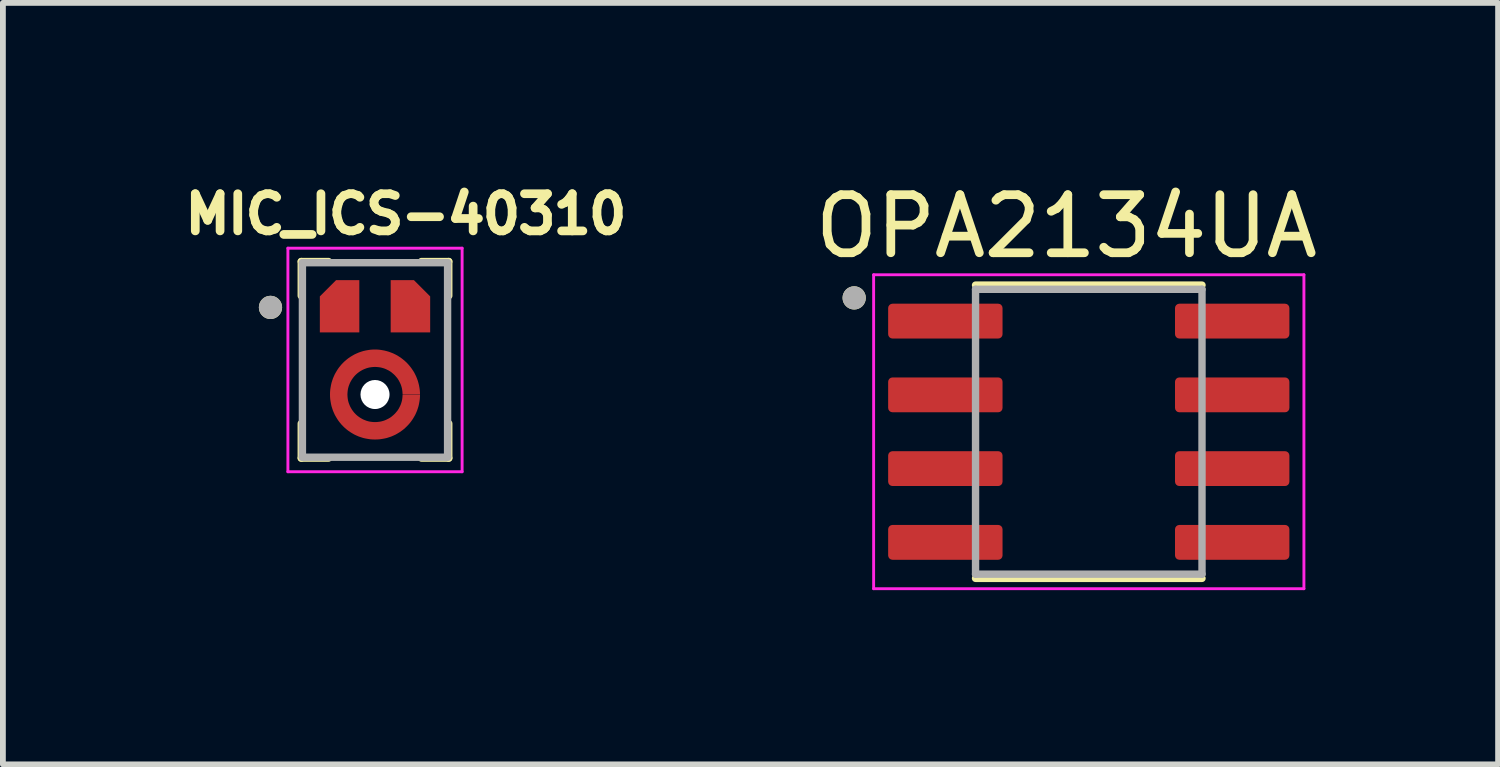
<source format=kicad_pcb>
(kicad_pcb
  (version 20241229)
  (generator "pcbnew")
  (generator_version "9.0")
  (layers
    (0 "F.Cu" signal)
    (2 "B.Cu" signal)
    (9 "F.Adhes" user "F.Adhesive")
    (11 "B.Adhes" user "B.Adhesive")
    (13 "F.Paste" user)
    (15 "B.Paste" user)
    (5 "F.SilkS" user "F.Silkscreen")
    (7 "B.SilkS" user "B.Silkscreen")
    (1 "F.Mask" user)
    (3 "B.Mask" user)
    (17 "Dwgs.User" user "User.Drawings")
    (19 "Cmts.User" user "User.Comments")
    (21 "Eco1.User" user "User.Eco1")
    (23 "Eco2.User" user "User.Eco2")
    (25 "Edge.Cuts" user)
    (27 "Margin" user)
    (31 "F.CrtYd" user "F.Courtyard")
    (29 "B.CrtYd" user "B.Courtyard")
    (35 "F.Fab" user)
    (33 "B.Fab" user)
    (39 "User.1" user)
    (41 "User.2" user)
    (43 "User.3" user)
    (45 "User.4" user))
  (footprint "OPA2134UA"
    (layer "F.Cu")
    (at 15.7 4.385)
    (property "Reference" "OPA2134UA" (at -0.385 -3.537 0) (layer "F.SilkS") (effects (font (size 1 1) (thickness 0.15))))
    (attr smd)
    (fp_line (start -1.95 -2.525) (end 1.95 -2.525) (stroke (width 0.127) (type solid)) (layer "F.SilkS"))
    (fp_line (start -1.95 2.525) (end 1.95 2.525) (stroke (width 0.127) (type solid)) (layer "F.SilkS"))
    (fp_circle (center -4.04 -2.305) (end -3.94 -2.305) (stroke (width 0.2) (type solid)) (fill no) (layer "F.SilkS"))
    (fp_line (start -3.705 -2.703) (end -3.705 2.703) (stroke (width 0.05) (type solid)) (layer "F.CrtYd"))
    (fp_line (start -3.705 -2.703) (end 3.705 -2.703) (stroke (width 0.05) (type solid)) (layer "F.CrtYd"))
    (fp_line (start -3.705 2.703) (end 3.705 2.703) (stroke (width 0.05) (type solid)) (layer "F.CrtYd"))
    (fp_line (start 3.705 -2.703) (end 3.705 2.703) (stroke (width 0.05) (type solid)) (layer "F.CrtYd"))
    (fp_line (start -1.95 -2.453) (end -1.95 2.453) (stroke (width 0.127) (type solid)) (layer "F.Fab"))
    (fp_line (start -1.95 -2.453) (end 1.95 -2.453) (stroke (width 0.127) (type solid)) (layer "F.Fab"))
    (fp_line (start -1.95 2.453) (end 1.95 2.453) (stroke (width 0.127) (type solid)) (layer "F.Fab"))
    (fp_line (start 1.95 -2.453) (end 1.95 2.453) (stroke (width 0.127) (type solid)) (layer "F.Fab"))
    (fp_circle (center -4.04 -2.305) (end -3.94 -2.305) (stroke (width 0.2) (type solid)) (fill no) (layer "F.Fab"))
    (pad "1" smd roundrect (at -2.47 -1.905) (size 1.97 0.6) (layers "F.Cu" "F.Mask" "F.Paste") (roundrect_rratio 0.125))
    (pad "2" smd roundrect (at -2.47 -0.635) (size 1.97 0.6) (layers "F.Cu" "F.Mask" "F.Paste") (roundrect_rratio 0.125))
    (pad "3" smd roundrect (at -2.47 0.635) (size 1.97 0.6) (layers "F.Cu" "F.Mask" "F.Paste") (roundrect_rratio 0.125))
    (pad "4" smd roundrect (at -2.47 1.905) (size 1.97 0.6) (layers "F.Cu" "F.Mask" "F.Paste") (roundrect_rratio 0.125))
    (pad "5" smd roundrect (at 2.47 1.905) (size 1.97 0.6) (layers "F.Cu" "F.Mask" "F.Paste") (roundrect_rratio 0.125))
    (pad "6" smd roundrect (at 2.47 0.635) (size 1.97 0.6) (layers "F.Cu" "F.Mask" "F.Paste") (roundrect_rratio 0.125))
    (pad "7" smd roundrect (at 2.47 -0.635) (size 1.97 0.6) (layers "F.Cu" "F.Mask" "F.Paste") (roundrect_rratio 0.125))
    (pad "8" smd roundrect (at 2.47 -1.905) (size 1.97 0.6) (layers "F.Cu" "F.Mask" "F.Paste") (roundrect_rratio 0.125)))
  (footprint "MIC_ICS-40310"
    (layer "F.Cu")
    (at 3.408 3.744)
    (property "Reference" "MIC_ICS-40310" (at 0.532 -3.106 0) (layer "F.SilkS") (effects (font (size 0.64 0.64) (thickness 0.15))))
    (attr smd)
    (fp_poly (pts (xy -1.05 -0.97) (xy -1.05 -1.69) (xy -0.67 -2.07) (xy -0.17 -2.07) (xy -0.17 -0.97)) (stroke (width 0.0001) (type solid)) (fill yes) (layer "F.Mask"))
    (fp_poly (pts (xy 1.05 -0.97) (xy 1.05 -1.69) (xy 0.67 -2.07) (xy 0.17 -2.07) (xy 0.17 -0.97)) (stroke (width 0.0001) (type solid)) (fill yes) (layer "F.Mask"))
    (fp_poly (pts (xy 0.875 -0.003) (xy 0.375 -0.003) (xy 0.375 -0.019) (xy 0.374 -0.038) (xy 0.371 -0.058) (xy 0.368 -0.077) (xy 0.364 -0.095) (xy 0.359 -0.114) (xy 0.353 -0.132) (xy 0.346 -0.15) (xy 0.338 -0.168) (xy 0.329 -0.185) (xy 0.319 -0.202) (xy 0.308 -0.218) (xy 0.297 -0.233) (xy 0.285 -0.248) (xy 0.272 -0.262) (xy 0.258 -0.276) (xy 0.243 -0.289) (xy 0.228 -0.301) (xy 0.212 -0.312) (xy 0.196 -0.322) (xy 0.179 -0.332) (xy 0.162 -0.34) (xy 0.144 -0.348) (xy 0.126 -0.355) (xy 0.108 -0.361) (xy 0.089 -0.366) (xy 0.07 -0.369) (xy 0.051 -0.372) (xy 0.032 -0.374) (xy 0.01 -0.375) (xy 0 -0.375) (xy -0.02 -0.374) (xy -0.039 -0.373) (xy -0.059 -0.37) (xy -0.078 -0.367) (xy -0.097 -0.362) (xy -0.116 -0.357) (xy -0.134 -0.35) (xy -0.153 -0.343) (xy -0.17 -0.334) (xy -0.187 -0.325) (xy -0.204 -0.315) (xy -0.22 -0.303) (xy -0.236 -0.291) (xy -0.251 -0.279) (xy -0.265 -0.265) (xy -0.279 -0.251) (xy -0.291 -0.236) (xy -0.303 -0.22) (xy -0.315 -0.204) (xy -0.325 -0.187) (xy -0.334 -0.17) (xy -0.343 -0.153) (xy -0.35 -0.134) (xy -0.357 -0.116) (xy -0.362 -0.097) (xy -0.367 -0.078) (xy -0.37 -0.059) (xy -0.373 -0.039) (xy -0.374 -0.02) (xy -0.375 0) (xy -0.374 0.02) (xy -0.373 0.039) (xy -0.37 0.059) (xy -0.367 0.078) (xy -0.362 0.097) (xy -0.357 0.116) (xy -0.35 0.134) (xy -0.343 0.153) (xy -0.334 0.17) (xy -0.325 0.187) (xy -0.315 0.204) (xy -0.303 0.22) (xy -0.291 0.236) (xy -0.279 0.251) (xy -0.265 0.265) (xy -0.251 0.279) (xy -0.236 0.291) (xy -0.22 0.303) (xy -0.204 0.315) (xy -0.187 0.325) (xy -0.17 0.334) (xy -0.153 0.343) (xy -0.134 0.35) (xy -0.116 0.357) (xy -0.097 0.362) (xy -0.078 0.367) (xy -0.059 0.37) (xy -0.039 0.373) (xy -0.02 0.374) (xy 0 0.375) (xy 0.021 0.374) (xy 0.04 0.373) (xy 0.06 0.37) (xy 0.079 0.367) (xy 0.098 0.362) (xy 0.117 0.357) (xy 0.135 0.35) (xy 0.153 0.343) (xy 0.171 0.334) (xy 0.188 0.325) (xy 0.205 0.315) (xy 0.221 0.304) (xy 0.236 0.292) (xy 0.251 0.279) (xy 0.266 0.266) (xy 0.279 0.251) (xy 0.292 0.236) (xy 0.304 0.221) (xy 0.315 0.205) (xy 0.325 0.188) (xy 0.334 0.171) (xy 0.343 0.153) (xy 0.35 0.135) (xy 0.357 0.117) (xy 0.362 0.098) (xy 0.367 0.079) (xy 0.37 0.06) (xy 0.373 0.04) (xy 0.374 0.021) (xy 0.375 0.003) (xy 0.875 0.003) (xy 0.874 0.047) (xy 0.87 0.093) (xy 0.864 0.138) (xy 0.856 0.183) (xy 0.845 0.227) (xy 0.832 0.271) (xy 0.817 0.314) (xy 0.799 0.357) (xy 0.78 0.398) (xy 0.758 0.438) (xy 0.734 0.477) (xy 0.708 0.515) (xy 0.68 0.551) (xy 0.651 0.586) (xy 0.619 0.619) (xy 0.586 0.651) (xy 0.551 0.68) (xy 0.515 0.708) (xy 0.477 0.734) (xy 0.438 0.758) (xy 0.398 0.78) (xy 0.357 0.799) (xy 0.314 0.817) (xy 0.271 0.832) (xy 0.227 0.845) (xy 0.183 0.856) (xy 0.138 0.864) (xy 0.093 0.87) (xy 0.047 0.874) (xy 0 0.875) (xy -0.046 0.874) (xy -0.091 0.87) (xy -0.137 0.864) (xy -0.182 0.856) (xy -0.226 0.845) (xy -0.27 0.832) (xy -0.314 0.817) (xy -0.356 0.799) (xy -0.397 0.78) (xy -0.437 0.758) (xy -0.477 0.734) (xy -0.514 0.708) (xy -0.551 0.68) (xy -0.585 0.65) (xy -0.619 0.619) (xy -0.65 0.585) (xy -0.68 0.551) (xy -0.708 0.514) (xy -0.734 0.477) (xy -0.758 0.437) (xy -0.78 0.397) (xy -0.799 0.356) (xy -0.817 0.314) (xy -0.832 0.27) (xy -0.845 0.226) (xy -0.856 0.182) (xy -0.864 0.137) (xy -0.87 0.091) (xy -0.874 0.046) (xy -0.875 0) (xy -0.874 -0.046) (xy -0.87 -0.091) (xy -0.864 -0.137) (xy -0.856 -0.182) (xy -0.845 -0.226) (xy -0.832 -0.27) (xy -0.817 -0.314) (xy -0.799 -0.356) (xy -0.78 -0.397) (xy -0.758 -0.437) (xy -0.734 -0.477) (xy -0.708 -0.514) (xy -0.68 -0.551) (xy -0.65 -0.585) (xy -0.619 -0.619) (xy -0.585 -0.65) (xy -0.551 -0.68) (xy -0.514 -0.708) (xy -0.477 -0.734) (xy -0.437 -0.758) (xy -0.397 -0.78) (xy -0.356 -0.799) (xy -0.314 -0.817) (xy -0.27 -0.832) (xy -0.226 -0.845) (xy -0.182 -0.856) (xy -0.137 -0.864) (xy -0.091 -0.87) (xy -0.046 -0.874) (xy 0 -0.875) (xy 0.042 -0.874) (xy 0.087 -0.87) (xy 0.133 -0.864) (xy 0.178 -0.856) (xy 0.223 -0.845) (xy 0.267 -0.832) (xy 0.311 -0.817) (xy 0.353 -0.799) (xy 0.395 -0.779) (xy 0.435 -0.757) (xy 0.475 -0.733) (xy 0.512 -0.707) (xy 0.549 -0.679) (xy 0.584 -0.649) (xy 0.617 -0.617) (xy 0.649 -0.584) (xy 0.679 -0.549) (xy 0.707 -0.512) (xy 0.733 -0.475) (xy 0.757 -0.435) (xy 0.779 -0.395) (xy 0.799 -0.353) (xy 0.817 -0.311) (xy 0.832 -0.267) (xy 0.845 -0.223) (xy 0.856 -0.178) (xy 0.864 -0.133) (xy 0.87 -0.087) (xy 0.874 -0.042) (xy 0.875 -0.003) (xy 0.875 -0.003)) (stroke (width 0.0001) (type solid)) (fill yes) (layer "F.Mask"))
    (fp_line (start -1.27 -2.29) (end -1.27 -1.7) (stroke (width 0.127) (type solid)) (layer "F.SilkS"))
    (fp_line (start -1.27 0.5) (end -1.27 1.095) (stroke (width 0.127) (type solid)) (layer "F.SilkS"))
    (fp_line (start -1.27 1.095) (end -0.8 1.095) (stroke (width 0.127) (type solid)) (layer "F.SilkS"))
    (fp_line (start -0.8 -2.29) (end -1.27 -2.29) (stroke (width 0.127) (type solid)) (layer "F.SilkS"))
    (fp_line (start 0.8 -2.29) (end 1.27 -2.29) (stroke (width 0.127) (type solid)) (layer "F.SilkS"))
    (fp_line (start 1.27 -2.29) (end 1.27 -1.7) (stroke (width 0.127) (type solid)) (layer "F.SilkS"))
    (fp_line (start 1.27 0.5) (end 1.27 1.095) (stroke (width 0.127) (type solid)) (layer "F.SilkS"))
    (fp_line (start 1.27 1.095) (end 0.8 1.095) (stroke (width 0.127) (type solid)) (layer "F.SilkS"))
    (fp_circle (center -1.8 -1.5) (end -1.7 -1.5) (stroke (width 0.2) (type solid)) (fill no) (layer "F.SilkS"))
    (fp_poly (pts (xy -0.91 -1.12) (xy -0.91 -1.66) (xy -0.65 -1.92) (xy -0.31 -1.92) (xy -0.31 -1.12)) (stroke (width 0.0001) (type solid)) (fill yes) (layer "F.Paste"))
    (fp_poly (pts (xy 0.91 -1.12) (xy 0.91 -1.66) (xy 0.65 -1.92) (xy 0.31 -1.92) (xy 0.31 -1.12)) (stroke (width 0.0001) (type solid)) (fill yes) (layer "F.Paste"))
    (fp_poly (pts (xy -0.6 0.49) (xy -0.57 0.525) (xy -0.538 0.558) (xy -0.504 0.589) (xy -0.469 0.617) (xy -0.432 0.644) (xy -0.393 0.669) (xy -0.353 0.691) (xy -0.312 0.711) (xy -0.269 0.728) (xy -0.226 0.742) (xy -0.182 0.755) (xy -0.137 0.764) (xy -0.091 0.771) (xy -0.046 0.775) (xy 0 0.776) (xy 0.046 0.775) (xy 0.091 0.771) (xy 0.137 0.764) (xy 0.182 0.755) (xy 0.226 0.742) (xy 0.269 0.728) (xy 0.312 0.711) (xy 0.353 0.691) (xy 0.393 0.669) (xy 0.432 0.644) (xy 0.469 0.617) (xy 0.504 0.589) (xy 0.538 0.558) (xy 0.57 0.525) (xy 0.6 0.49) (xy 0.395 0.35) (xy 0.375 0.372) (xy 0.353 0.393) (xy 0.331 0.412) (xy 0.307 0.43) (xy 0.282 0.447) (xy 0.257 0.463) (xy 0.231 0.477) (xy 0.203 0.489) (xy 0.176 0.5) (xy 0.147 0.509) (xy 0.118 0.516) (xy 0.089 0.522) (xy 0.06 0.527) (xy 0.03 0.529) (xy 0 0.53) (xy -0.03 0.529) (xy -0.06 0.527) (xy -0.089 0.522) (xy -0.118 0.516) (xy -0.147 0.509) (xy -0.176 0.5) (xy -0.203 0.489) (xy -0.231 0.477) (xy -0.257 0.463) (xy -0.282 0.447) (xy -0.307 0.43) (xy -0.331 0.412) (xy -0.353 0.393) (xy -0.375 0.372) (xy -0.395 0.35) (xy -0.6 0.49)) (stroke (width 0.0001) (type solid)) (fill yes) (layer "F.Paste"))
    (fp_poly (pts (xy -0.113 -0.765) (xy -0.154 -0.758) (xy -0.199 -0.747) (xy -0.243 -0.734) (xy -0.287 -0.718) (xy -0.329 -0.7) (xy -0.37 -0.679) (xy -0.41 -0.656) (xy -0.449 -0.63) (xy -0.486 -0.602) (xy -0.521 -0.572) (xy -0.554 -0.54) (xy -0.585 -0.505) (xy -0.614 -0.47) (xy -0.641 -0.432) (xy -0.666 -0.393) (xy -0.688 -0.352) (xy -0.708 -0.31) (xy -0.725 -0.268) (xy -0.74 -0.224) (xy -0.752 -0.179) (xy -0.761 -0.134) (xy -0.768 -0.088) (xy -0.772 -0.042) (xy -0.773 0.005) (xy -0.771 0.051) (xy -0.767 0.097) (xy -0.759 0.142) (xy -0.75 0.188) (xy -0.737 0.232) (xy -0.72 0.28) (xy -0.5 0.16) (xy -0.508 0.135) (xy -0.515 0.107) (xy -0.52 0.078) (xy -0.524 0.049) (xy -0.527 0.02) (xy -0.527 -0.01) (xy -0.526 -0.039) (xy -0.524 -0.068) (xy -0.519 -0.097) (xy -0.513 -0.126) (xy -0.506 -0.154) (xy -0.497 -0.182) (xy -0.486 -0.209) (xy -0.474 -0.236) (xy -0.46 -0.262) (xy -0.445 -0.287) (xy -0.428 -0.311) (xy -0.41 -0.334) (xy -0.391 -0.357) (xy -0.371 -0.378) (xy -0.349 -0.398) (xy -0.327 -0.416) (xy -0.303 -0.434) (xy -0.278 -0.45) (xy -0.253 -0.464) (xy -0.227 -0.477) (xy -0.2 -0.489) (xy -0.172 -0.499) (xy -0.144 -0.507) (xy -0.113 -0.515) (xy -0.113 -0.765) (xy -0.113 -0.765)) (stroke (width 0.0001) (type solid)) (fill yes) (layer "F.Paste"))
    (fp_poly (pts (xy 0.113 -0.765) (xy 0.154 -0.758) (xy 0.199 -0.747) (xy 0.243 -0.734) (xy 0.287 -0.718) (xy 0.329 -0.7) (xy 0.37 -0.679) (xy 0.41 -0.656) (xy 0.449 -0.63) (xy 0.486 -0.602) (xy 0.521 -0.572) (xy 0.554 -0.54) (xy 0.585 -0.505) (xy 0.614 -0.47) (xy 0.641 -0.432) (xy 0.666 -0.393) (xy 0.688 -0.352) (xy 0.708 -0.31) (xy 0.725 -0.268) (xy 0.74 -0.224) (xy 0.752 -0.179) (xy 0.761 -0.134) (xy 0.768 -0.088) (xy 0.772 -0.042) (xy 0.773 0.005) (xy 0.771 0.051) (xy 0.767 0.097) (xy 0.759 0.142) (xy 0.75 0.188) (xy 0.737 0.232) (xy 0.72 0.28) (xy 0.5 0.16) (xy 0.508 0.135) (xy 0.515 0.107) (xy 0.52 0.078) (xy 0.524 0.049) (xy 0.527 0.02) (xy 0.527 -0.01) (xy 0.526 -0.039) (xy 0.524 -0.068) (xy 0.519 -0.097) (xy 0.513 -0.126) (xy 0.506 -0.154) (xy 0.497 -0.182) (xy 0.486 -0.209) (xy 0.474 -0.236) (xy 0.46 -0.262) (xy 0.445 -0.287) (xy 0.428 -0.311) (xy 0.41 -0.334) (xy 0.391 -0.357) (xy 0.371 -0.378) (xy 0.349 -0.398) (xy 0.327 -0.416) (xy 0.303 -0.434) (xy 0.278 -0.45) (xy 0.253 -0.464) (xy 0.227 -0.477) (xy 0.2 -0.489) (xy 0.172 -0.499) (xy 0.144 -0.507) (xy 0.113 -0.515) (xy 0.113 -0.765) (xy 0.113 -0.765)) (stroke (width 0.0001) (type solid)) (fill yes) (layer "F.Paste"))
    (fp_line (start -1.5 -2.52) (end -1.5 1.33) (stroke (width 0.05) (type solid)) (layer "F.CrtYd"))
    (fp_line (start -1.5 1.33) (end 1.5 1.33) (stroke (width 0.05) (type solid)) (layer "F.CrtYd"))
    (fp_line (start 1.5 -2.52) (end -1.5 -2.52) (stroke (width 0.05) (type solid)) (layer "F.CrtYd"))
    (fp_line (start 1.5 1.33) (end 1.5 -2.52) (stroke (width 0.05) (type solid)) (layer "F.CrtYd"))
    (fp_line (start -1.25 -2.27) (end -1.25 1.08) (stroke (width 0.127) (type solid)) (layer "F.Fab"))
    (fp_line (start -1.25 1.08) (end 1.25 1.08) (stroke (width 0.127) (type solid)) (layer "F.Fab"))
    (fp_line (start 1.25 -2.27) (end -1.25 -2.27) (stroke (width 0.127) (type solid)) (layer "F.Fab"))
    (fp_line (start 1.25 1.08) (end 1.25 -2.27) (stroke (width 0.127) (type solid)) (layer "F.Fab"))
    (fp_circle (center -1.8 -1.5) (end -1.7 -1.5) (stroke (width 0.2) (type solid)) (fill no) (layer "F.Fab"))
    (pad "" np_thru_hole circle (at 0 0) (size 0.5 0.5) (drill 0.5) (layers "*.Cu" "*.Mask"))
    (pad "1" smd custom (at -0.6 -1.5) (size 0.4 0.4) (layers "F.Cu") (options (anchor rect)) (primitives (gr_poly (pts (xy -0.35 0.43) (xy -0.35 -0.19) (xy -0.07 -0.47) (xy 0.33 -0.47) (xy 0.33 0.43)) (width 0.0001) (fill yes))))
    (pad "2" smd custom (at 0 0.62) (size 0.15 0.15) (layers "F.Cu") (options (anchor rect)) (primitives (gr_poly (pts (xy 0.775 -0.623) (xy 0.475 -0.623) (xy 0.474 -0.646) (xy 0.472 -0.671) (xy 0.469 -0.695) (xy 0.465 -0.72) (xy 0.459 -0.744) (xy 0.452 -0.768) (xy 0.444 -0.791) (xy 0.434 -0.814) (xy 0.423 -0.836) (xy 0.412 -0.858) (xy 0.399 -0.879) (xy 0.385 -0.9) (xy 0.369 -0.919) (xy 0.353 -0.938) (xy 0.336 -0.956) (xy 0.318 -0.973) (xy 0.299 -0.989) (xy 0.28 -1.005) (xy 0.259 -1.019) (xy 0.238 -1.032) (xy 0.216 -1.043) (xy 0.194 -1.054) (xy 0.171 -1.064) (xy 0.148 -1.072) (xy 0.124 -1.079) (xy 0.1 -1.085) (xy 0.075 -1.089) (xy 0.051 -1.092) (xy 0.026 -1.094) (xy 0 -1.095) (xy -0.025 -1.094) (xy -0.05 -1.092) (xy -0.074 -1.089) (xy -0.099 -1.085) (xy -0.123 -1.079) (xy -0.147 -1.072) (xy -0.17 -1.063) (xy -0.193 -1.054) (xy -0.216 -1.043) (xy -0.237 -1.031) (xy -0.259 -1.018) (xy -0.279 -1.004) (xy -0.299 -0.989) (xy -0.318 -0.973) (xy -0.336 -0.956) (xy -0.353 -0.938) (xy -0.369 -0.919) (xy -0.384 -0.899) (xy -0.398 -0.879) (xy -0.411 -0.857) (xy -0.423 -0.836) (xy -0.434 -0.813) (xy -0.443 -0.79) (xy -0.452 -0.767) (xy -0.459 -0.743) (xy -0.465 -0.719) (xy -0.469 -0.694) (xy -0.472 -0.67) (xy -0.474 -0.645) (xy -0.475 -0.62) (xy -0.474 -0.595) (xy -0.472 -0.57) (xy -0.469 -0.546) (xy -0.465 -0.521) (xy -0.459 -0.497) (xy -0.452 -0.473) (xy -0.443 -0.45) (xy -0.434 -0.427) (xy -0.423 -0.404) (xy -0.411 -0.383) (xy -0.398 -0.361) (xy -0.384 -0.341) (xy -0.369 -0.321) (xy -0.353 -0.302) (xy -0.336 -0.284) (xy -0.318 -0.267) (xy -0.299 -0.251) (xy -0.279 -0.236) (xy -0.259 -0.222) (xy -0.237 -0.209) (xy -0.216 -0.197) (xy -0.193 -0.186) (xy -0.17 -0.177) (xy -0.147 -0.168) (xy -0.123 -0.161) (xy -0.099 -0.155) (xy -0.074 -0.151) (xy -0.05 -0.148) (xy -0.025 -0.146) (xy 0 -0.145) (xy 0.026 -0.146) (xy 0.051 -0.148) (xy 0.075 -0.151) (xy 0.1 -0.155) (xy 0.124 -0.161) (xy 0.148 -0.168) (xy 0.171 -0.176) (xy 0.194 -0.186) (xy 0.216 -0.197) (xy 0.238 -0.208) (xy 0.259 -0.221) (xy 0.28 -0.235) (xy 0.299 -0.251) (xy 0.318 -0.267) (xy 0.336 -0.284) (xy 0.353 -0.302) (xy 0.369 -0.321) (xy 0.385 -0.34) (xy 0.399 -0.361) (xy 0.412 -0.382) (xy 0.423 -0.404) (xy 0.434 -0.426) (xy 0.444 -0.449) (xy 0.452 -0.472) (xy 0.459 -0.496) (xy 0.465 -0.52) (xy 0.469 -0.545) (xy 0.472 -0.569) (xy 0.474 -0.594) (xy 0.475 -0.617) (xy 0.775 -0.617) (xy 0.774 -0.578) (xy 0.771 -0.538) (xy 0.765 -0.498) (xy 0.758 -0.458) (xy 0.749 -0.418) (xy 0.737 -0.38) (xy 0.724 -0.341) (xy 0.708 -0.304) (xy 0.691 -0.267) (xy 0.671 -0.232) (xy 0.65 -0.197) (xy 0.627 -0.164) (xy 0.603 -0.132) (xy 0.576 -0.101) (xy 0.548 -0.072) (xy 0.519 -0.044) (xy 0.488 -0.017) (xy 0.456 0.007) (xy 0.423 0.03) (xy 0.388 0.051) (xy 0.353 0.071) (xy 0.316 0.088) (xy 0.279 0.104) (xy 0.24 0.117) (xy 0.202 0.129) (xy 0.162 0.138) (xy 0.122 0.145) (xy 0.082 0.151) (xy 0.042 0.154) (xy 0 0.155) (xy -0.041 0.154) (xy -0.081 0.151) (xy -0.121 0.145) (xy -0.161 0.138) (xy -0.201 0.129) (xy -0.239 0.117) (xy -0.278 0.104) (xy -0.315 0.088) (xy -0.352 0.071) (xy -0.387 0.051) (xy -0.422 0.03) (xy -0.456 0.007) (xy -0.488 -0.018) (xy -0.519 -0.044) (xy -0.548 -0.072) (xy -0.576 -0.101) (xy -0.602 -0.132) (xy -0.627 -0.164) (xy -0.65 -0.198) (xy -0.671 -0.233) (xy -0.691 -0.268) (xy -0.708 -0.305) (xy -0.724 -0.342) (xy -0.737 -0.381) (xy -0.749 -0.419) (xy -0.758 -0.459) (xy -0.765 -0.499) (xy -0.771 -0.539) (xy -0.774 -0.579) (xy -0.775 -0.62) (xy -0.774 -0.661) (xy -0.771 -0.701) (xy -0.765 -0.741) (xy -0.758 -0.781) (xy -0.749 -0.821) (xy -0.737 -0.859) (xy -0.724 -0.898) (xy -0.708 -0.935) (xy -0.691 -0.972) (xy -0.671 -1.007) (xy -0.65 -1.042) (xy -0.627 -1.076) (xy -0.602 -1.108) (xy -0.576 -1.139) (xy -0.548 -1.168) (xy -0.519 -1.196) (xy -0.488 -1.222) (xy -0.456 -1.247) (xy -0.422 -1.27) (xy -0.387 -1.291) (xy -0.352 -1.311) (xy -0.315 -1.328) (xy -0.278 -1.344) (xy -0.239 -1.357) (xy -0.201 -1.369) (xy -0.161 -1.378) (xy -0.121 -1.385) (xy -0.081 -1.391) (xy -0.041 -1.394) (xy 0 -1.395) (xy 0.037 -1.394) (xy 0.078 -1.391) (xy 0.118 -1.385) (xy 0.158 -1.378) (xy 0.198 -1.368) (xy 0.237 -1.357) (xy 0.275 -1.343) (xy 0.313 -1.328) (xy 0.35 -1.31) (xy 0.386 -1.291) (xy 0.42 -1.269) (xy 0.454 -1.246) (xy 0.486 -1.221) (xy 0.517 -1.195) (xy 0.547 -1.167) (xy 0.575 -1.137) (xy 0.601 -1.106) (xy 0.626 -1.074) (xy 0.649 -1.04) (xy 0.671 -1.006) (xy 0.69 -0.97) (xy 0.708 -0.933) (xy 0.723 -0.895) (xy 0.737 -0.857) (xy 0.748 -0.818) (xy 0.758 -0.778) (xy 0.765 -0.738) (xy 0.771 -0.698) (xy 0.774 -0.657) (xy 0.775 -0.623) (xy 0.775 -0.623)) (width 0.0001) (fill yes))))
    (pad "3" smd custom (at 0.6 -1.5) (size 0.4 0.4) (layers "F.Cu") (options (anchor rect)) (primitives (gr_poly (pts (xy 0.35 0.43) (xy 0.35 -0.19) (xy 0.07 -0.47) (xy -0.33 -0.47) (xy -0.33 0.43)) (width 0.0001) (fill yes)))))
  (gr_rect
    (start -3 -3)
    (end 22.749 10.113)
    (stroke (width 0.1) (type default))
    (fill no)
    (layer "Edge.Cuts")))
</source>
